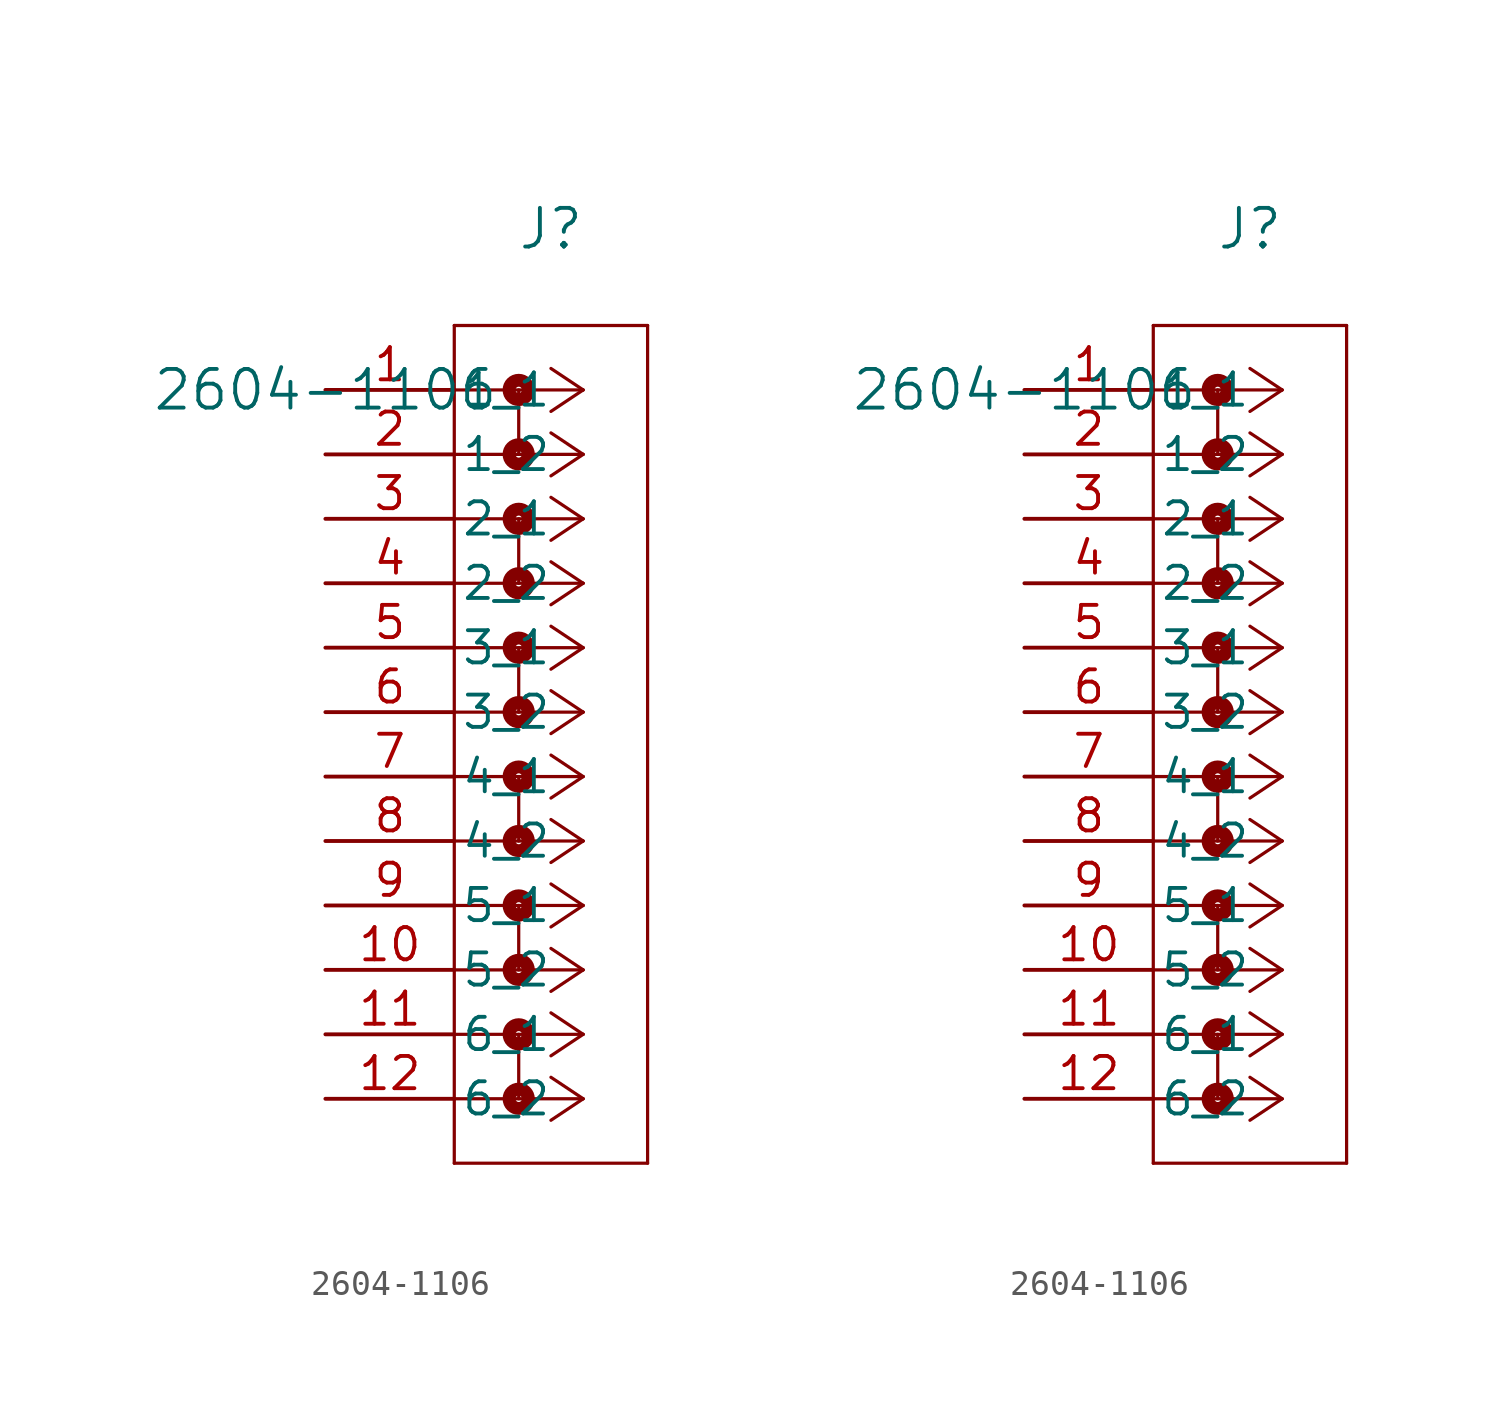
<source format=kicad_sym>
(kicad_symbol_lib
  (version 20211014)
  (generator kicad_symbol_editor)
  (symbol "2604-1106"
    (pin_names
      (offset 0.254))
    (property "Reference" "J"
      (at 8.89 6.35 0)
      (effects (font (size 1.524 1.524))))
    (property "Value" "2604-1106"
      (at 0 0 0)
      (effects (font (size 1.524 1.524))))
    (symbol "2604-1106_1_1"
      (polyline (pts (xy 10.16 0) (xy 5.08 0)) (stroke (width 0.127) (type default) (color 0 0 0 0)) (fill (type none)))
      (polyline (pts (xy 10.16 -2.54) (xy 5.08 -2.54)) (stroke (width 0.127) (type default) (color 0 0 0 0)) (fill (type none)))
      (polyline (pts (xy 10.16 -5.08) (xy 5.08 -5.08)) (stroke (width 0.127) (type default) (color 0 0 0 0)) (fill (type none)))
      (polyline (pts (xy 10.16 -7.62) (xy 5.08 -7.62)) (stroke (width 0.127) (type default) (color 0 0 0 0)) (fill (type none)))
      (polyline (pts (xy 10.16 -10.16) (xy 5.08 -10.16)) (stroke (width 0.127) (type default) (color 0 0 0 0)) (fill (type none)))
      (polyline (pts (xy 10.16 -12.7) (xy 5.08 -12.7)) (stroke (width 0.127) (type default) (color 0 0 0 0)) (fill (type none)))
      (polyline (pts (xy 10.16 -15.24) (xy 5.08 -15.24)) (stroke (width 0.127) (type default) (color 0 0 0 0)) (fill (type none)))
      (polyline (pts (xy 10.16 -17.78) (xy 5.08 -17.78)) (stroke (width 0.127) (type default) (color 0 0 0 0)) (fill (type none)))
      (polyline (pts (xy 10.16 -20.32) (xy 5.08 -20.32)) (stroke (width 0.127) (type default) (color 0 0 0 0)) (fill (type none)))
      (polyline (pts (xy 10.16 -22.86) (xy 5.08 -22.86)) (stroke (width 0.127) (type default) (color 0 0 0 0)) (fill (type none)))
      (polyline (pts (xy 10.16 -25.4) (xy 5.08 -25.4)) (stroke (width 0.127) (type default) (color 0 0 0 0)) (fill (type none)))
      (polyline (pts (xy 10.16 -27.94) (xy 5.08 -27.94)) (stroke (width 0.127) (type default) (color 0 0 0 0)) (fill (type none)))
      (polyline (pts (xy 10.16 0) (xy 8.89 0.847)) (stroke (width 0.127) (type default) (color 0 0 0 0)) (fill (type none)))
      (polyline (pts (xy 10.16 -2.54) (xy 8.89 -1.693)) (stroke (width 0.127) (type default) (color 0 0 0 0)) (fill (type none)))
      (polyline (pts (xy 10.16 -5.08) (xy 8.89 -4.233)) (stroke (width 0.127) (type default) (color 0 0 0 0)) (fill (type none)))
      (polyline (pts (xy 10.16 -7.62) (xy 8.89 -6.773)) (stroke (width 0.127) (type default) (color 0 0 0 0)) (fill (type none)))
      (polyline (pts (xy 10.16 -10.16) (xy 8.89 -9.313)) (stroke (width 0.127) (type default) (color 0 0 0 0)) (fill (type none)))
      (polyline (pts (xy 10.16 -12.7) (xy 8.89 -11.853)) (stroke (width 0.127) (type default) (color 0 0 0 0)) (fill (type none)))
      (polyline (pts (xy 10.16 -15.24) (xy 8.89 -14.393)) (stroke (width 0.127) (type default) (color 0 0 0 0)) (fill (type none)))
      (polyline (pts (xy 10.16 -17.78) (xy 8.89 -16.933)) (stroke (width 0.127) (type default) (color 0 0 0 0)) (fill (type none)))
      (polyline (pts (xy 10.16 -20.32) (xy 8.89 -19.473)) (stroke (width 0.127) (type default) (color 0 0 0 0)) (fill (type none)))
      (polyline (pts (xy 10.16 -22.86) (xy 8.89 -22.013)) (stroke (width 0.127) (type default) (color 0 0 0 0)) (fill (type none)))
      (polyline (pts (xy 10.16 -25.4) (xy 8.89 -24.553)) (stroke (width 0.127) (type default) (color 0 0 0 0)) (fill (type none)))
      (polyline (pts (xy 10.16 -27.94) (xy 8.89 -27.093)) (stroke (width 0.127) (type default) (color 0 0 0 0)) (fill (type none)))
      (polyline (pts (xy 10.16 0) (xy 8.89 -0.847)) (stroke (width 0.127) (type default) (color 0 0 0 0)) (fill (type none)))
      (polyline (pts (xy 10.16 -2.54) (xy 8.89 -3.387)) (stroke (width 0.127) (type default) (color 0 0 0 0)) (fill (type none)))
      (polyline (pts (xy 10.16 -5.08) (xy 8.89 -5.927)) (stroke (width 0.127) (type default) (color 0 0 0 0)) (fill (type none)))
      (polyline (pts (xy 10.16 -7.62) (xy 8.89 -8.467)) (stroke (width 0.127) (type default) (color 0 0 0 0)) (fill (type none)))
      (polyline (pts (xy 10.16 -10.16) (xy 8.89 -11.007)) (stroke (width 0.127) (type default) (color 0 0 0 0)) (fill (type none)))
      (polyline (pts (xy 10.16 -12.7) (xy 8.89 -13.547)) (stroke (width 0.127) (type default) (color 0 0 0 0)) (fill (type none)))
      (polyline (pts (xy 10.16 -15.24) (xy 8.89 -16.087)) (stroke (width 0.127) (type default) (color 0 0 0 0)) (fill (type none)))
      (polyline (pts (xy 10.16 -17.78) (xy 8.89 -18.627)) (stroke (width 0.127) (type default) (color 0 0 0 0)) (fill (type none)))
      (polyline (pts (xy 10.16 -20.32) (xy 8.89 -21.167)) (stroke (width 0.127) (type default) (color 0 0 0 0)) (fill (type none)))
      (polyline (pts (xy 10.16 -22.86) (xy 8.89 -23.707)) (stroke (width 0.127) (type default) (color 0 0 0 0)) (fill (type none)))
      (polyline (pts (xy 10.16 -25.4) (xy 8.89 -26.247)) (stroke (width 0.127) (type default) (color 0 0 0 0)) (fill (type none)))
      (polyline (pts (xy 10.16 -27.94) (xy 8.89 -28.787)) (stroke (width 0.127) (type default) (color 0 0 0 0)) (fill (type none)))
      (polyline (pts (xy 5.08 2.54) (xy 5.08 -30.48)) (stroke (width 0.127) (type default) (color 0 0 0 0)) (fill (type none)))
      (polyline (pts (xy 5.08 -30.48) (xy 12.7 -30.48)) (stroke (width 0.127) (type default) (color 0 0 0 0)) (fill (type none)))
      (polyline (pts (xy 12.7 -30.48) (xy 12.7 2.54)) (stroke (width 0.127) (type default) (color 0 0 0 0)) (fill (type none)))
      (polyline (pts (xy 12.7 2.54) (xy 5.08 2.54)) (stroke (width 0.127) (type default) (color 0 0 0 0)) (fill (type none)))
      (circle (center 7.62 0) (radius 0.127) (stroke (width 0.508) (type default) (color 0 0 0 0)) (fill (type none)))
      (polyline (pts (xy 7.62 0) (xy 7.62 -2.54)) (stroke (width 0.127) (type default) (color 0 0 0 0)) (fill (type none)))
      (circle (center 7.62 -2.54) (radius 0.127) (stroke (width 0.508) (type default) (color 0 0 0 0)) (fill (type none)))
      (circle (center 7.62 -5.08) (radius 0.127) (stroke (width 0.508) (type default) (color 0 0 0 0)) (fill (type none)))
      (polyline (pts (xy 7.62 -5.08) (xy 7.62 -7.62)) (stroke (width 0.127) (type default) (color 0 0 0 0)) (fill (type none)))
      (circle (center 7.62 -7.62) (radius 0.127) (stroke (width 0.508) (type default) (color 0 0 0 0)) (fill (type none)))
      (circle (center 7.62 -10.16) (radius 0.127) (stroke (width 0.508) (type default) (color 0 0 0 0)) (fill (type none)))
      (polyline (pts (xy 7.62 -10.16) (xy 7.62 -12.7)) (stroke (width 0.127) (type default) (color 0 0 0 0)) (fill (type none)))
      (circle (center 7.62 -12.7) (radius 0.127) (stroke (width 0.508) (type default) (color 0 0 0 0)) (fill (type none)))
      (circle (center 7.62 -15.24) (radius 0.127) (stroke (width 0.508) (type default) (color 0 0 0 0)) (fill (type none)))
      (polyline (pts (xy 7.62 -15.24) (xy 7.62 -17.78)) (stroke (width 0.127) (type default) (color 0 0 0 0)) (fill (type none)))
      (circle (center 7.62 -17.78) (radius 0.127) (stroke (width 0.508) (type default) (color 0 0 0 0)) (fill (type none)))
      (circle (center 7.62 -20.32) (radius 0.127) (stroke (width 0.508) (type default) (color 0 0 0 0)) (fill (type none)))
      (polyline (pts (xy 7.62 -20.32) (xy 7.62 -22.86)) (stroke (width 0.127) (type default) (color 0 0 0 0)) (fill (type none)))
      (circle (center 7.62 -22.86) (radius 0.127) (stroke (width 0.508) (type default) (color 0 0 0 0)) (fill (type none)))
      (circle (center 7.62 -25.4) (radius 0.127) (stroke (width 0.508) (type default) (color 0 0 0 0)) (fill (type none)))
      (polyline (pts (xy 7.62 -25.4) (xy 7.62 -27.94)) (stroke (width 0.127) (type default) (color 0 0 0 0)) (fill (type none)))
      (circle (center 7.62 -27.94) (radius 0.127) (stroke (width 0.508) (type default) (color 0 0 0 0)) (fill (type none)))
      (pin unspecified line (at 0 0 0) (length 5.08) (name "1_1" (effects (font (size 1.27 1.27)))) (number "1" (effects (font (size 1.27 1.27)))))
      (pin unspecified line (at 0 -2.54 0) (length 5.08) (name "1_2" (effects (font (size 1.27 1.27)))) (number "2" (effects (font (size 1.27 1.27)))))
      (pin unspecified line (at 0 -5.08 0) (length 5.08) (name "2_1" (effects (font (size 1.27 1.27)))) (number "3" (effects (font (size 1.27 1.27)))))
      (pin unspecified line (at 0 -7.62 0) (length 5.08) (name "2_2" (effects (font (size 1.27 1.27)))) (number "4" (effects (font (size 1.27 1.27)))))
      (pin unspecified line (at 0 -10.16 0) (length 5.08) (name "3_1" (effects (font (size 1.27 1.27)))) (number "5" (effects (font (size 1.27 1.27)))))
      (pin unspecified line (at 0 -12.7 0) (length 5.08) (name "3_2" (effects (font (size 1.27 1.27)))) (number "6" (effects (font (size 1.27 1.27)))))
      (pin unspecified line (at 0 -15.24 0) (length 5.08) (name "4_1" (effects (font (size 1.27 1.27)))) (number "7" (effects (font (size 1.27 1.27)))))
      (pin unspecified line (at 0 -17.78 0) (length 5.08) (name "4_2" (effects (font (size 1.27 1.27)))) (number "8" (effects (font (size 1.27 1.27)))))
      (pin unspecified line (at 0 -20.32 0) (length 5.08) (name "5_1" (effects (font (size 1.27 1.27)))) (number "9" (effects (font (size 1.27 1.27)))))
      (pin unspecified line (at 0 -22.86 0) (length 5.08) (name "5_2" (effects (font (size 1.27 1.27)))) (number "10" (effects (font (size 1.27 1.27)))))
      (pin unspecified line (at 0 -25.4 0) (length 5.08) (name "6_1" (effects (font (size 1.27 1.27)))) (number "11" (effects (font (size 1.27 1.27)))))
      (pin unspecified line (at 0 -27.94 0) (length 5.08) (name "6_2" (effects (font (size 1.27 1.27)))) (number "12" (effects (font (size 1.27 1.27))))))
    (symbol "2604-1106_1_2"
      (polyline (pts (xy 10.16 0) (xy 5.08 0)) (stroke (width 0.127) (type default) (color 0 0 0 0)) (fill (type none)))
      (polyline (pts (xy 10.16 -2.54) (xy 5.08 -2.54)) (stroke (width 0.127) (type default) (color 0 0 0 0)) (fill (type none)))
      (polyline (pts (xy 10.16 -5.08) (xy 5.08 -5.08)) (stroke (width 0.127) (type default) (color 0 0 0 0)) (fill (type none)))
      (polyline (pts (xy 10.16 -7.62) (xy 5.08 -7.62)) (stroke (width 0.127) (type default) (color 0 0 0 0)) (fill (type none)))
      (polyline (pts (xy 10.16 -10.16) (xy 5.08 -10.16)) (stroke (width 0.127) (type default) (color 0 0 0 0)) (fill (type none)))
      (polyline (pts (xy 10.16 -12.7) (xy 5.08 -12.7)) (stroke (width 0.127) (type default) (color 0 0 0 0)) (fill (type none)))
      (polyline (pts (xy 10.16 -15.24) (xy 5.08 -15.24)) (stroke (width 0.127) (type default) (color 0 0 0 0)) (fill (type none)))
      (polyline (pts (xy 10.16 -17.78) (xy 5.08 -17.78)) (stroke (width 0.127) (type default) (color 0 0 0 0)) (fill (type none)))
      (polyline (pts (xy 10.16 -20.32) (xy 5.08 -20.32)) (stroke (width 0.127) (type default) (color 0 0 0 0)) (fill (type none)))
      (polyline (pts (xy 10.16 -22.86) (xy 5.08 -22.86)) (stroke (width 0.127) (type default) (color 0 0 0 0)) (fill (type none)))
      (polyline (pts (xy 10.16 -25.4) (xy 5.08 -25.4)) (stroke (width 0.127) (type default) (color 0 0 0 0)) (fill (type none)))
      (polyline (pts (xy 10.16 -27.94) (xy 5.08 -27.94)) (stroke (width 0.127) (type default) (color 0 0 0 0)) (fill (type none)))
      (polyline (pts (xy 10.16 0) (xy 8.89 0.847)) (stroke (width 0.127) (type default) (color 0 0 0 0)) (fill (type none)))
      (polyline (pts (xy 10.16 -2.54) (xy 8.89 -1.693)) (stroke (width 0.127) (type default) (color 0 0 0 0)) (fill (type none)))
      (polyline (pts (xy 10.16 -5.08) (xy 8.89 -4.233)) (stroke (width 0.127) (type default) (color 0 0 0 0)) (fill (type none)))
      (polyline (pts (xy 10.16 -7.62) (xy 8.89 -6.773)) (stroke (width 0.127) (type default) (color 0 0 0 0)) (fill (type none)))
      (polyline (pts (xy 10.16 -10.16) (xy 8.89 -9.313)) (stroke (width 0.127) (type default) (color 0 0 0 0)) (fill (type none)))
      (polyline (pts (xy 10.16 -12.7) (xy 8.89 -11.853)) (stroke (width 0.127) (type default) (color 0 0 0 0)) (fill (type none)))
      (polyline (pts (xy 10.16 -15.24) (xy 8.89 -14.393)) (stroke (width 0.127) (type default) (color 0 0 0 0)) (fill (type none)))
      (polyline (pts (xy 10.16 -17.78) (xy 8.89 -16.933)) (stroke (width 0.127) (type default) (color 0 0 0 0)) (fill (type none)))
      (polyline (pts (xy 10.16 -20.32) (xy 8.89 -19.473)) (stroke (width 0.127) (type default) (color 0 0 0 0)) (fill (type none)))
      (polyline (pts (xy 10.16 -22.86) (xy 8.89 -22.013)) (stroke (width 0.127) (type default) (color 0 0 0 0)) (fill (type none)))
      (polyline (pts (xy 10.16 -25.4) (xy 8.89 -24.553)) (stroke (width 0.127) (type default) (color 0 0 0 0)) (fill (type none)))
      (polyline (pts (xy 10.16 -27.94) (xy 8.89 -27.093)) (stroke (width 0.127) (type default) (color 0 0 0 0)) (fill (type none)))
      (polyline (pts (xy 10.16 0) (xy 8.89 -0.847)) (stroke (width 0.127) (type default) (color 0 0 0 0)) (fill (type none)))
      (polyline (pts (xy 10.16 -2.54) (xy 8.89 -3.387)) (stroke (width 0.127) (type default) (color 0 0 0 0)) (fill (type none)))
      (polyline (pts (xy 10.16 -5.08) (xy 8.89 -5.927)) (stroke (width 0.127) (type default) (color 0 0 0 0)) (fill (type none)))
      (polyline (pts (xy 10.16 -7.62) (xy 8.89 -8.467)) (stroke (width 0.127) (type default) (color 0 0 0 0)) (fill (type none)))
      (polyline (pts (xy 10.16 -10.16) (xy 8.89 -11.007)) (stroke (width 0.127) (type default) (color 0 0 0 0)) (fill (type none)))
      (polyline (pts (xy 10.16 -12.7) (xy 8.89 -13.547)) (stroke (width 0.127) (type default) (color 0 0 0 0)) (fill (type none)))
      (polyline (pts (xy 10.16 -15.24) (xy 8.89 -16.087)) (stroke (width 0.127) (type default) (color 0 0 0 0)) (fill (type none)))
      (polyline (pts (xy 10.16 -17.78) (xy 8.89 -18.627)) (stroke (width 0.127) (type default) (color 0 0 0 0)) (fill (type none)))
      (polyline (pts (xy 10.16 -20.32) (xy 8.89 -21.167)) (stroke (width 0.127) (type default) (color 0 0 0 0)) (fill (type none)))
      (polyline (pts (xy 10.16 -22.86) (xy 8.89 -23.707)) (stroke (width 0.127) (type default) (color 0 0 0 0)) (fill (type none)))
      (polyline (pts (xy 10.16 -25.4) (xy 8.89 -26.247)) (stroke (width 0.127) (type default) (color 0 0 0 0)) (fill (type none)))
      (polyline (pts (xy 10.16 -27.94) (xy 8.89 -28.787)) (stroke (width 0.127) (type default) (color 0 0 0 0)) (fill (type none)))
      (polyline (pts (xy 5.08 2.54) (xy 5.08 -30.48)) (stroke (width 0.127) (type default) (color 0 0 0 0)) (fill (type none)))
      (polyline (pts (xy 5.08 -30.48) (xy 12.7 -30.48)) (stroke (width 0.127) (type default) (color 0 0 0 0)) (fill (type none)))
      (polyline (pts (xy 12.7 -30.48) (xy 12.7 2.54)) (stroke (width 0.127) (type default) (color 0 0 0 0)) (fill (type none)))
      (polyline (pts (xy 12.7 2.54) (xy 5.08 2.54)) (stroke (width 0.127) (type default) (color 0 0 0 0)) (fill (type none)))
      (circle (center 7.62 0) (radius 0.127) (stroke (width 0.508) (type default) (color 0 0 0 0)) (fill (type none)))
      (polyline (pts (xy 7.62 0) (xy 7.62 -2.54)) (stroke (width 0.127) (type default) (color 0 0 0 0)) (fill (type none)))
      (circle (center 7.62 -2.54) (radius 0.127) (stroke (width 0.508) (type default) (color 0 0 0 0)) (fill (type none)))
      (circle (center 7.62 -5.08) (radius 0.127) (stroke (width 0.508) (type default) (color 0 0 0 0)) (fill (type none)))
      (polyline (pts (xy 7.62 -5.08) (xy 7.62 -7.62)) (stroke (width 0.127) (type default) (color 0 0 0 0)) (fill (type none)))
      (circle (center 7.62 -7.62) (radius 0.127) (stroke (width 0.508) (type default) (color 0 0 0 0)) (fill (type none)))
      (circle (center 7.62 -10.16) (radius 0.127) (stroke (width 0.508) (type default) (color 0 0 0 0)) (fill (type none)))
      (polyline (pts (xy 7.62 -10.16) (xy 7.62 -12.7)) (stroke (width 0.127) (type default) (color 0 0 0 0)) (fill (type none)))
      (circle (center 7.62 -12.7) (radius 0.127) (stroke (width 0.508) (type default) (color 0 0 0 0)) (fill (type none)))
      (circle (center 7.62 -15.24) (radius 0.127) (stroke (width 0.508) (type default) (color 0 0 0 0)) (fill (type none)))
      (polyline (pts (xy 7.62 -15.24) (xy 7.62 -17.78)) (stroke (width 0.127) (type default) (color 0 0 0 0)) (fill (type none)))
      (circle (center 7.62 -17.78) (radius 0.127) (stroke (width 0.508) (type default) (color 0 0 0 0)) (fill (type none)))
      (circle (center 7.62 -20.32) (radius 0.127) (stroke (width 0.508) (type default) (color 0 0 0 0)) (fill (type none)))
      (polyline (pts (xy 7.62 -20.32) (xy 7.62 -22.86)) (stroke (width 0.127) (type default) (color 0 0 0 0)) (fill (type none)))
      (circle (center 7.62 -22.86) (radius 0.127) (stroke (width 0.508) (type default) (color 0 0 0 0)) (fill (type none)))
      (circle (center 7.62 -25.4) (radius 0.127) (stroke (width 0.508) (type default) (color 0 0 0 0)) (fill (type none)))
      (polyline (pts (xy 7.62 -25.4) (xy 7.62 -27.94)) (stroke (width 0.127) (type default) (color 0 0 0 0)) (fill (type none)))
      (circle (center 7.62 -27.94) (radius 0.127) (stroke (width 0.508) (type default) (color 0 0 0 0)) (fill (type none)))
      (pin unspecified line (at 0 0 0) (length 5.08) (name "1_1" (effects (font (size 1.27 1.27)))) (number "1" (effects (font (size 1.27 1.27)))))
      (pin unspecified line (at 0 -2.54 0) (length 5.08) (name "1_2" (effects (font (size 1.27 1.27)))) (number "2" (effects (font (size 1.27 1.27)))))
      (pin unspecified line (at 0 -5.08 0) (length 5.08) (name "2_1" (effects (font (size 1.27 1.27)))) (number "3" (effects (font (size 1.27 1.27)))))
      (pin unspecified line (at 0 -7.62 0) (length 5.08) (name "2_2" (effects (font (size 1.27 1.27)))) (number "4" (effects (font (size 1.27 1.27)))))
      (pin unspecified line (at 0 -10.16 0) (length 5.08) (name "3_1" (effects (font (size 1.27 1.27)))) (number "5" (effects (font (size 1.27 1.27)))))
      (pin unspecified line (at 0 -12.7 0) (length 5.08) (name "3_2" (effects (font (size 1.27 1.27)))) (number "6" (effects (font (size 1.27 1.27)))))
      (pin unspecified line (at 0 -15.24 0) (length 5.08) (name "4_1" (effects (font (size 1.27 1.27)))) (number "7" (effects (font (size 1.27 1.27)))))
      (pin unspecified line (at 0 -17.78 0) (length 5.08) (name "4_2" (effects (font (size 1.27 1.27)))) (number "8" (effects (font (size 1.27 1.27)))))
      (pin unspecified line (at 0 -20.32 0) (length 5.08) (name "5_1" (effects (font (size 1.27 1.27)))) (number "9" (effects (font (size 1.27 1.27)))))
      (pin unspecified line (at 0 -22.86 0) (length 5.08) (name "5_2" (effects (font (size 1.27 1.27)))) (number "10" (effects (font (size 1.27 1.27)))))
      (pin unspecified line (at 0 -25.4 0) (length 5.08) (name "6_1" (effects (font (size 1.27 1.27)))) (number "11" (effects (font (size 1.27 1.27)))))
      (pin unspecified line (at 0 -27.94 0) (length 5.08) (name "6_2" (effects (font (size 1.27 1.27)))) (number "12" (effects (font (size 1.27 1.27))))))))
</source>
